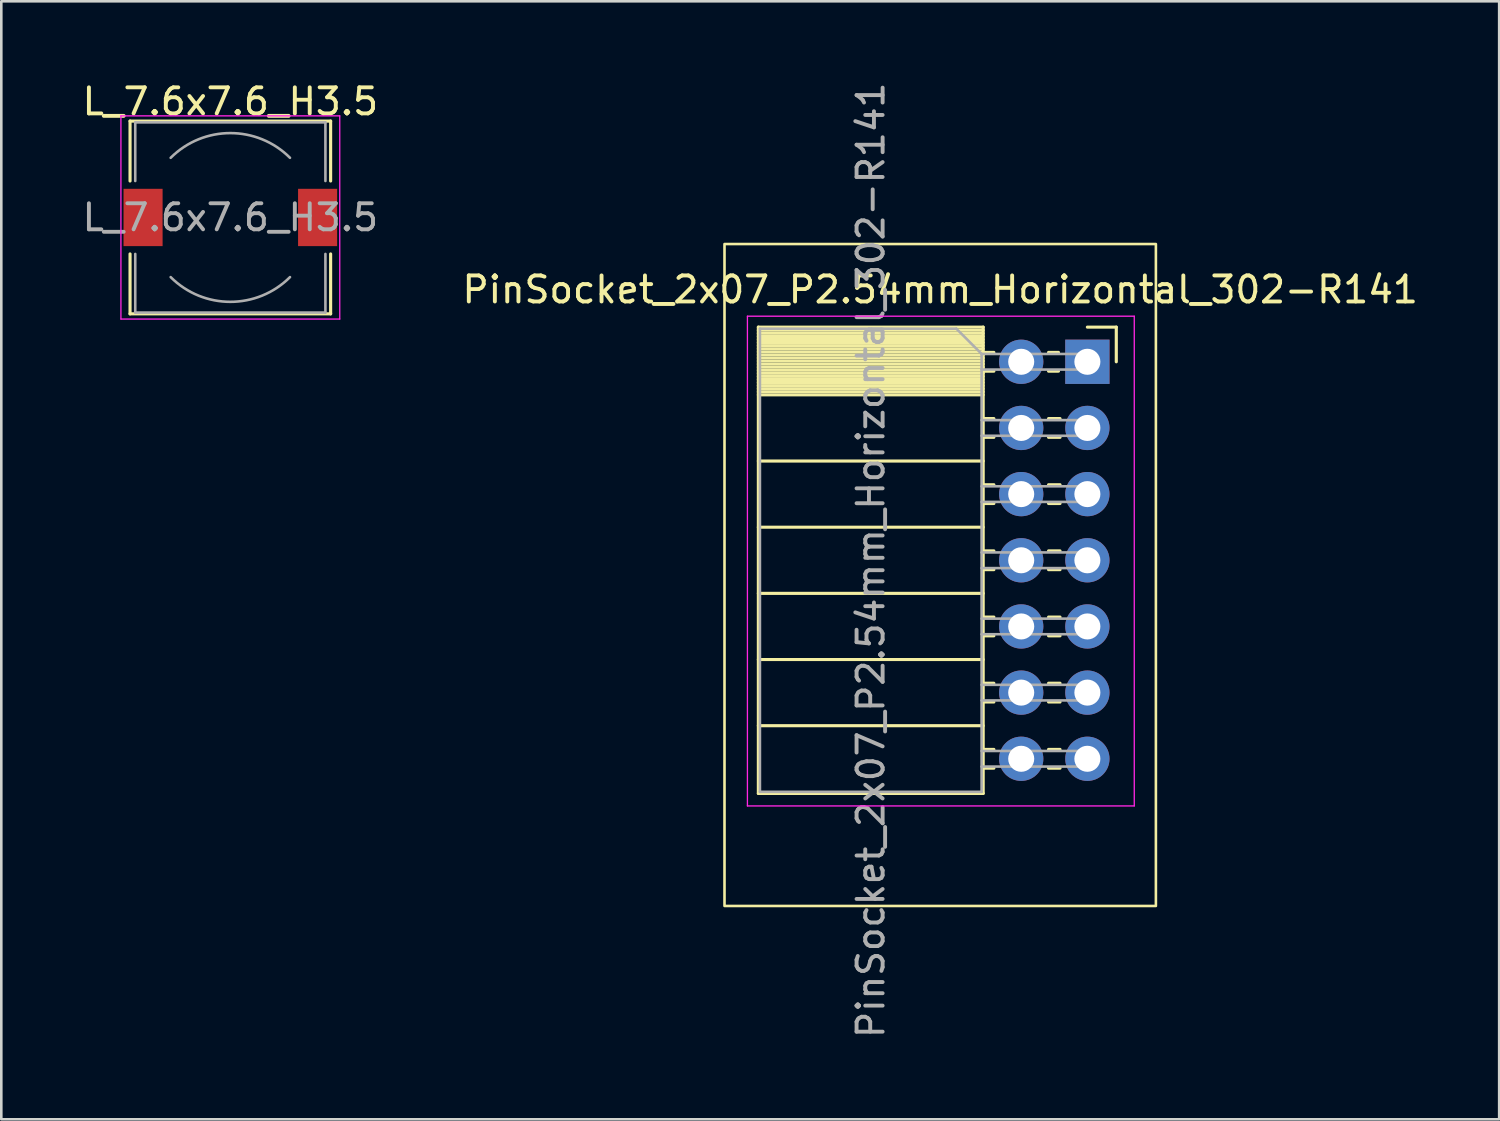
<source format=kicad_pcb>
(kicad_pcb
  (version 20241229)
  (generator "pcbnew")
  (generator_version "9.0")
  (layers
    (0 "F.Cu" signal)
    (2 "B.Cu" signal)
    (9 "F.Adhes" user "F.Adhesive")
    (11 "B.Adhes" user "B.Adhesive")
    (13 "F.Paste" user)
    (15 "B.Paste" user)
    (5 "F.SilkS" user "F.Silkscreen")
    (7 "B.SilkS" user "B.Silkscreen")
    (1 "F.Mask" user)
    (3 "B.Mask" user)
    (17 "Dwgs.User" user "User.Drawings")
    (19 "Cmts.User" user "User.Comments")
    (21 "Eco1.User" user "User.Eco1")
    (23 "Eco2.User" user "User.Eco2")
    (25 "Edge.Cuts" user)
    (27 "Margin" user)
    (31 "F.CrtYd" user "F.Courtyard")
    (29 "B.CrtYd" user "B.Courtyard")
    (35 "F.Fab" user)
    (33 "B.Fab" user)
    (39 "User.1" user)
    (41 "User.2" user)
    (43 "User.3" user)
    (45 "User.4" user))
  (footprint "L_7.6x7.6_H3.5"
    (layer "F.Cu")
    (at 5.792 5.298)
    (property "Reference" "L_7.6x7.6_H3.5" (at 0 -4.45 0) (layer "F.SilkS") (effects (font (size 1 1) (thickness 0.15))))
    (attr smd)
    (fp_line (start -3.85 -3.7) (end 3.85 -3.7) (stroke (width 0.12) (type solid)) (layer "F.SilkS"))
    (fp_line (start -3.85 -1.4) (end -3.85 -3.7) (stroke (width 0.12) (type solid)) (layer "F.SilkS"))
    (fp_line (start -3.85 3.7) (end -3.85 1.4) (stroke (width 0.12) (type solid)) (layer "F.SilkS"))
    (fp_line (start 3.85 -3.7) (end 3.85 -1.4) (stroke (width 0.12) (type solid)) (layer "F.SilkS"))
    (fp_line (start 3.85 1.4) (end 3.85 3.7) (stroke (width 0.12) (type solid)) (layer "F.SilkS"))
    (fp_line (start 3.85 3.7) (end -3.85 3.7) (stroke (width 0.12) (type solid)) (layer "F.SilkS"))
    (fp_line (start -4.2 -3.9) (end -4.2 3.9) (stroke (width 0.05) (type solid)) (layer "F.CrtYd"))
    (fp_line (start -4.2 3.9) (end 4.2 3.9) (stroke (width 0.05) (type solid)) (layer "F.CrtYd"))
    (fp_line (start 4.2 -3.9) (end -4.2 -3.9) (stroke (width 0.05) (type solid)) (layer "F.CrtYd"))
    (fp_line (start 4.2 3.9) (end 4.2 -3.9) (stroke (width 0.05) (type solid)) (layer "F.CrtYd"))
    (fp_line (start -3.65 -3.65) (end -3.65 -1.4) (stroke (width 0.1) (type solid)) (layer "F.Fab"))
    (fp_line (start -3.65 -3.65) (end 3.65 -3.65) (stroke (width 0.1) (type solid)) (layer "F.Fab"))
    (fp_line (start -3.65 3.65) (end -3.65 1.4) (stroke (width 0.1) (type solid)) (layer "F.Fab"))
    (fp_line (start 3.65 -3.65) (end 3.65 -1.4) (stroke (width 0.1) (type solid)) (layer "F.Fab"))
    (fp_line (start 3.65 3.65) (end -3.65 3.65) (stroke (width 0.1) (type solid)) (layer "F.Fab"))
    (fp_line (start 3.65 3.65) (end 3.65 1.4) (stroke (width 0.1) (type solid)) (layer "F.Fab"))
    (fp_arc (start -2.29 -2.29) (mid 0 -3.238549) (end 2.29 -2.29) (stroke (width 0.1) (type solid)) (layer "F.Fab"))
    (fp_arc (start 2.29 2.29) (mid 0 3.238549) (end -2.29 2.29) (stroke (width 0.1) (type solid)) (layer "F.Fab"))
    (fp_text user "${REFERENCE}" (at 0 0 0) (layer "F.Fab") (effects (font (size 1 1) (thickness 0.15))))
    (pad "1" smd rect (at -3.35 0) (size 1.5 2.2) (layers "F.Cu" "F.Mask" "F.Paste"))
    (pad "2" smd rect (at 3.35 0) (size 1.5 2.2) (layers "F.Cu" "F.Mask" "F.Paste")))
  (footprint "PinSocket_2x07_P2.54mm_Horizontal_302-R141"
    (layer "F.Cu")
    (at 38.692 10.838)
    (property "Reference" "PinSocket_2x07_P2.54mm_Horizontal_302-R141" (at -5.65 -2.77 0) (layer "F.SilkS") (effects (font (size 1 1) (thickness 0.15))))
    (attr through_hole)
    (fp_line (start -12.63 -1.33) (end -12.63 16.57) (stroke (width 0.12) (type solid)) (layer "F.SilkS"))
    (fp_line (start -12.63 -1.33) (end -4 -1.33) (stroke (width 0.12) (type solid)) (layer "F.SilkS"))
    (fp_line (start -12.63 -1.21) (end -4 -1.21) (stroke (width 0.12) (type solid)) (layer "F.SilkS"))
    (fp_line (start -12.63 -1.092) (end -4 -1.092) (stroke (width 0.12) (type solid)) (layer "F.SilkS"))
    (fp_line (start -12.63 -0.974) (end -4 -0.974) (stroke (width 0.12) (type solid)) (layer "F.SilkS"))
    (fp_line (start -12.63 -0.856) (end -4 -0.856) (stroke (width 0.12) (type solid)) (layer "F.SilkS"))
    (fp_line (start -12.63 -0.738) (end -4 -0.738) (stroke (width 0.12) (type solid)) (layer "F.SilkS"))
    (fp_line (start -12.63 -0.62) (end -4 -0.62) (stroke (width 0.12) (type solid)) (layer "F.SilkS"))
    (fp_line (start -12.63 -0.501) (end -4 -0.501) (stroke (width 0.12) (type solid)) (layer "F.SilkS"))
    (fp_line (start -12.63 -0.383) (end -4 -0.383) (stroke (width 0.12) (type solid)) (layer "F.SilkS"))
    (fp_line (start -12.63 -0.265) (end -4 -0.265) (stroke (width 0.12) (type solid)) (layer "F.SilkS"))
    (fp_line (start -12.63 -0.147) (end -4 -0.147) (stroke (width 0.12) (type solid)) (layer "F.SilkS"))
    (fp_line (start -12.63 -0.029) (end -4 -0.029) (stroke (width 0.12) (type solid)) (layer "F.SilkS"))
    (fp_line (start -12.63 0.089) (end -4 0.089) (stroke (width 0.12) (type solid)) (layer "F.SilkS"))
    (fp_line (start -12.63 0.207) (end -4 0.207) (stroke (width 0.12) (type solid)) (layer "F.SilkS"))
    (fp_line (start -12.63 0.325) (end -4 0.325) (stroke (width 0.12) (type solid)) (layer "F.SilkS"))
    (fp_line (start -12.63 0.443) (end -4 0.443) (stroke (width 0.12) (type solid)) (layer "F.SilkS"))
    (fp_line (start -12.63 0.561) (end -4 0.561) (stroke (width 0.12) (type solid)) (layer "F.SilkS"))
    (fp_line (start -12.63 0.68) (end -4 0.68) (stroke (width 0.12) (type solid)) (layer "F.SilkS"))
    (fp_line (start -12.63 0.798) (end -4 0.798) (stroke (width 0.12) (type solid)) (layer "F.SilkS"))
    (fp_line (start -12.63 0.916) (end -4 0.916) (stroke (width 0.12) (type solid)) (layer "F.SilkS"))
    (fp_line (start -12.63 1.034) (end -4 1.034) (stroke (width 0.12) (type solid)) (layer "F.SilkS"))
    (fp_line (start -12.63 1.152) (end -4 1.152) (stroke (width 0.12) (type solid)) (layer "F.SilkS"))
    (fp_line (start -12.63 1.27) (end -4 1.27) (stroke (width 0.12) (type solid)) (layer "F.SilkS"))
    (fp_line (start -12.63 3.81) (end -4 3.81) (stroke (width 0.12) (type solid)) (layer "F.SilkS"))
    (fp_line (start -12.63 6.35) (end -4 6.35) (stroke (width 0.12) (type solid)) (layer "F.SilkS"))
    (fp_line (start -12.63 8.89) (end -4 8.89) (stroke (width 0.12) (type solid)) (layer "F.SilkS"))
    (fp_line (start -12.63 11.43) (end -4 11.43) (stroke (width 0.12) (type solid)) (layer "F.SilkS"))
    (fp_line (start -12.63 13.97) (end -4 13.97) (stroke (width 0.12) (type solid)) (layer "F.SilkS"))
    (fp_line (start -12.63 16.57) (end -4 16.57) (stroke (width 0.12) (type solid)) (layer "F.SilkS"))
    (fp_line (start -4 -1.33) (end -4 16.57) (stroke (width 0.12) (type solid)) (layer "F.SilkS"))
    (fp_line (start -4 -0.36) (end -3.59 -0.36) (stroke (width 0.12) (type solid)) (layer "F.SilkS"))
    (fp_line (start -4 0.36) (end -3.59 0.36) (stroke (width 0.12) (type solid)) (layer "F.SilkS"))
    (fp_line (start -4 2.18) (end -3.59 2.18) (stroke (width 0.12) (type solid)) (layer "F.SilkS"))
    (fp_line (start -4 2.9) (end -3.59 2.9) (stroke (width 0.12) (type solid)) (layer "F.SilkS"))
    (fp_line (start -4 4.72) (end -3.59 4.72) (stroke (width 0.12) (type solid)) (layer "F.SilkS"))
    (fp_line (start -4 5.44) (end -3.59 5.44) (stroke (width 0.12) (type solid)) (layer "F.SilkS"))
    (fp_line (start -4 7.26) (end -3.59 7.26) (stroke (width 0.12) (type solid)) (layer "F.SilkS"))
    (fp_line (start -4 7.98) (end -3.59 7.98) (stroke (width 0.12) (type solid)) (layer "F.SilkS"))
    (fp_line (start -4 9.8) (end -3.59 9.8) (stroke (width 0.12) (type solid)) (layer "F.SilkS"))
    (fp_line (start -4 10.52) (end -3.59 10.52) (stroke (width 0.12) (type solid)) (layer "F.SilkS"))
    (fp_line (start -4 12.34) (end -3.59 12.34) (stroke (width 0.12) (type solid)) (layer "F.SilkS"))
    (fp_line (start -4 13.06) (end -3.59 13.06) (stroke (width 0.12) (type solid)) (layer "F.SilkS"))
    (fp_line (start -4 14.88) (end -3.59 14.88) (stroke (width 0.12) (type solid)) (layer "F.SilkS"))
    (fp_line (start -4 15.6) (end -3.59 15.6) (stroke (width 0.12) (type solid)) (layer "F.SilkS"))
    (fp_line (start -1.49 -0.36) (end -1.11 -0.36) (stroke (width 0.12) (type solid)) (layer "F.SilkS"))
    (fp_line (start -1.49 0.36) (end -1.11 0.36) (stroke (width 0.12) (type solid)) (layer "F.SilkS"))
    (fp_line (start -1.49 2.18) (end -1.05 2.18) (stroke (width 0.12) (type solid)) (layer "F.SilkS"))
    (fp_line (start -1.49 2.9) (end -1.05 2.9) (stroke (width 0.12) (type solid)) (layer "F.SilkS"))
    (fp_line (start -1.49 4.72) (end -1.05 4.72) (stroke (width 0.12) (type solid)) (layer "F.SilkS"))
    (fp_line (start -1.49 5.44) (end -1.05 5.44) (stroke (width 0.12) (type solid)) (layer "F.SilkS"))
    (fp_line (start -1.49 7.26) (end -1.05 7.26) (stroke (width 0.12) (type solid)) (layer "F.SilkS"))
    (fp_line (start -1.49 7.98) (end -1.05 7.98) (stroke (width 0.12) (type solid)) (layer "F.SilkS"))
    (fp_line (start -1.49 9.8) (end -1.05 9.8) (stroke (width 0.12) (type solid)) (layer "F.SilkS"))
    (fp_line (start -1.49 10.52) (end -1.05 10.52) (stroke (width 0.12) (type solid)) (layer "F.SilkS"))
    (fp_line (start -1.49 12.34) (end -1.05 12.34) (stroke (width 0.12) (type solid)) (layer "F.SilkS"))
    (fp_line (start -1.49 13.06) (end -1.05 13.06) (stroke (width 0.12) (type solid)) (layer "F.SilkS"))
    (fp_line (start -1.49 14.88) (end -1.05 14.88) (stroke (width 0.12) (type solid)) (layer "F.SilkS"))
    (fp_line (start -1.49 15.6) (end -1.05 15.6) (stroke (width 0.12) (type solid)) (layer "F.SilkS"))
    (fp_line (start 0 -1.33) (end 1.11 -1.33) (stroke (width 0.12) (type solid)) (layer "F.SilkS"))
    (fp_line (start 1.11 -1.33) (end 1.11 0) (stroke (width 0.12) (type solid)) (layer "F.SilkS"))
    (fp_rect (start -13.93 -4.52) (end 2.63 20.89) (stroke (width 0.1) (type default)) (fill no) (layer "F.SilkS"))
    (fp_line (start -13.05 -1.75) (end -13.05 17.05) (stroke (width 0.05) (type solid)) (layer "F.CrtYd"))
    (fp_line (start -13.05 17.05) (end 1.8 17.05) (stroke (width 0.05) (type solid)) (layer "F.CrtYd"))
    (fp_line (start 1.8 -1.75) (end -13.05 -1.75) (stroke (width 0.05) (type solid)) (layer "F.CrtYd"))
    (fp_line (start 1.8 17.05) (end 1.8 -1.75) (stroke (width 0.05) (type solid)) (layer "F.CrtYd"))
    (fp_line (start -12.57 -1.27) (end -5.03 -1.27) (stroke (width 0.1) (type solid)) (layer "F.Fab"))
    (fp_line (start -12.57 16.51) (end -12.57 -1.27) (stroke (width 0.1) (type solid)) (layer "F.Fab"))
    (fp_line (start -5.03 -1.27) (end -4.06 -0.3) (stroke (width 0.1) (type solid)) (layer "F.Fab"))
    (fp_line (start -4.06 -0.3) (end -4.06 16.51) (stroke (width 0.1) (type solid)) (layer "F.Fab"))
    (fp_line (start -4.06 0.3) (end 0 0.3) (stroke (width 0.1) (type solid)) (layer "F.Fab"))
    (fp_line (start -4.06 2.84) (end 0 2.84) (stroke (width 0.1) (type solid)) (layer "F.Fab"))
    (fp_line (start -4.06 5.38) (end 0 5.38) (stroke (width 0.1) (type solid)) (layer "F.Fab"))
    (fp_line (start -4.06 7.92) (end 0 7.92) (stroke (width 0.1) (type solid)) (layer "F.Fab"))
    (fp_line (start -4.06 10.46) (end 0 10.46) (stroke (width 0.1) (type solid)) (layer "F.Fab"))
    (fp_line (start -4.06 13) (end 0 13) (stroke (width 0.1) (type solid)) (layer "F.Fab"))
    (fp_line (start -4.06 15.54) (end 0 15.54) (stroke (width 0.1) (type solid)) (layer "F.Fab"))
    (fp_line (start -4.06 16.51) (end -12.57 16.51) (stroke (width 0.1) (type solid)) (layer "F.Fab"))
    (fp_line (start 0 -0.3) (end -4.06 -0.3) (stroke (width 0.1) (type solid)) (layer "F.Fab"))
    (fp_line (start 0 0.3) (end 0 -0.3) (stroke (width 0.1) (type solid)) (layer "F.Fab"))
    (fp_line (start 0 2.24) (end -4.06 2.24) (stroke (width 0.1) (type solid)) (layer "F.Fab"))
    (fp_line (start 0 2.84) (end 0 2.24) (stroke (width 0.1) (type solid)) (layer "F.Fab"))
    (fp_line (start 0 4.78) (end -4.06 4.78) (stroke (width 0.1) (type solid)) (layer "F.Fab"))
    (fp_line (start 0 5.38) (end 0 4.78) (stroke (width 0.1) (type solid)) (layer "F.Fab"))
    (fp_line (start 0 7.32) (end -4.06 7.32) (stroke (width 0.1) (type solid)) (layer "F.Fab"))
    (fp_line (start 0 7.92) (end 0 7.32) (stroke (width 0.1) (type solid)) (layer "F.Fab"))
    (fp_line (start 0 9.86) (end -4.06 9.86) (stroke (width 0.1) (type solid)) (layer "F.Fab"))
    (fp_line (start 0 10.46) (end 0 9.86) (stroke (width 0.1) (type solid)) (layer "F.Fab"))
    (fp_line (start 0 12.4) (end -4.06 12.4) (stroke (width 0.1) (type solid)) (layer "F.Fab"))
    (fp_line (start 0 13) (end 0 12.4) (stroke (width 0.1) (type solid)) (layer "F.Fab"))
    (fp_line (start 0 14.94) (end -4.06 14.94) (stroke (width 0.1) (type solid)) (layer "F.Fab"))
    (fp_line (start 0 15.54) (end 0 14.94) (stroke (width 0.1) (type solid)) (layer "F.Fab"))
    (fp_text user "${REFERENCE}" (at -8.315 7.62 90) (layer "F.Fab") (effects (font (size 1 1) (thickness 0.15))))
    (pad "1" thru_hole rect (at 0 0) (size 1.7 1.7) (drill 1) (layers "*.Cu" "*.Mask"))
    (pad "2" thru_hole oval (at -2.54 0) (size 1.7 1.7) (drill 1) (layers "*.Cu" "*.Mask"))
    (pad "3" thru_hole oval (at 0 2.54) (size 1.7 1.7) (drill 1) (layers "*.Cu" "*.Mask"))
    (pad "4" thru_hole oval (at -2.54 2.54) (size 1.7 1.7) (drill 1) (layers "*.Cu" "*.Mask"))
    (pad "5" thru_hole oval (at 0 5.08) (size 1.7 1.7) (drill 1) (layers "*.Cu" "*.Mask"))
    (pad "6" thru_hole oval (at -2.54 5.08) (size 1.7 1.7) (drill 1) (layers "*.Cu" "*.Mask"))
    (pad "7" thru_hole oval (at 0 7.62) (size 1.7 1.7) (drill 1) (layers "*.Cu" "*.Mask"))
    (pad "8" thru_hole oval (at -2.54 7.62) (size 1.7 1.7) (drill 1) (layers "*.Cu" "*.Mask"))
    (pad "9" thru_hole oval (at 0 10.16) (size 1.7 1.7) (drill 1) (layers "*.Cu" "*.Mask"))
    (pad "10" thru_hole oval (at -2.54 10.16) (size 1.7 1.7) (drill 1) (layers "*.Cu" "*.Mask"))
    (pad "11" thru_hole oval (at 0 12.7) (size 1.7 1.7) (drill 1) (layers "*.Cu" "*.Mask"))
    (pad "12" thru_hole oval (at -2.54 12.7) (size 1.7 1.7) (drill 1) (layers "*.Cu" "*.Mask"))
    (pad "13" thru_hole oval (at 0 15.24) (size 1.7 1.7) (drill 1) (layers "*.Cu" "*.Mask"))
    (pad "14" thru_hole oval (at -2.54 15.24) (size 1.7 1.7) (drill 1) (layers "*.Cu" "*.Mask")))
  (gr_rect
    (start -3 -3)
    (end 54.5 39.917)
    (stroke (width 0.1) (type default))
    (fill no)
    (layer "Edge.Cuts")))
</source>
